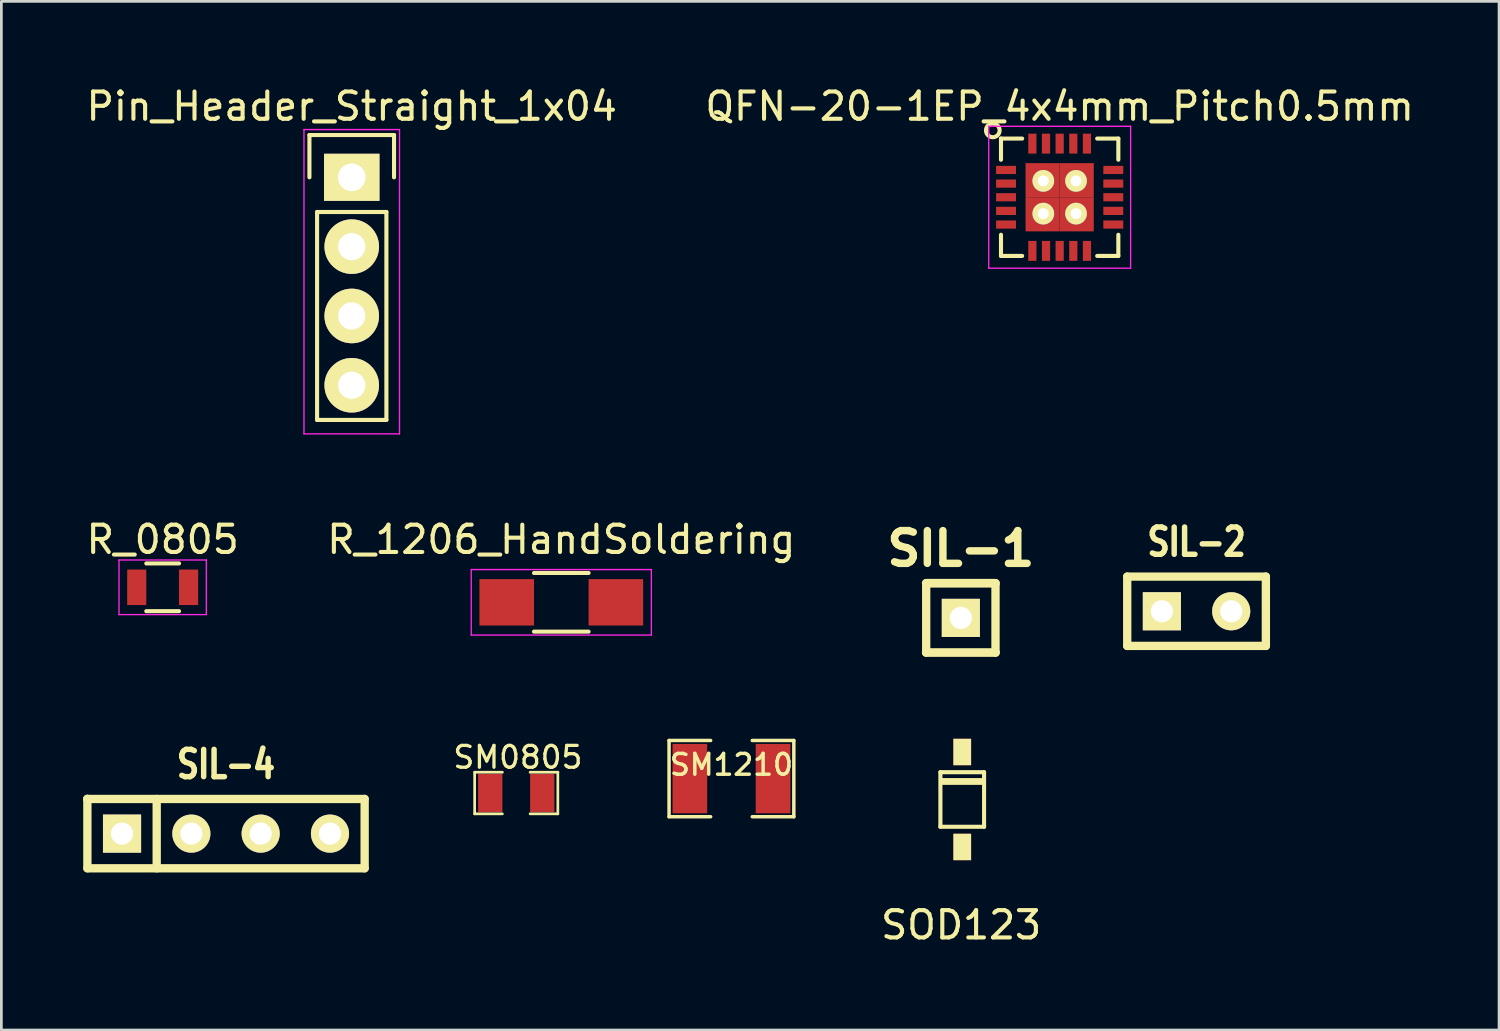
<source format=kicad_pcb>
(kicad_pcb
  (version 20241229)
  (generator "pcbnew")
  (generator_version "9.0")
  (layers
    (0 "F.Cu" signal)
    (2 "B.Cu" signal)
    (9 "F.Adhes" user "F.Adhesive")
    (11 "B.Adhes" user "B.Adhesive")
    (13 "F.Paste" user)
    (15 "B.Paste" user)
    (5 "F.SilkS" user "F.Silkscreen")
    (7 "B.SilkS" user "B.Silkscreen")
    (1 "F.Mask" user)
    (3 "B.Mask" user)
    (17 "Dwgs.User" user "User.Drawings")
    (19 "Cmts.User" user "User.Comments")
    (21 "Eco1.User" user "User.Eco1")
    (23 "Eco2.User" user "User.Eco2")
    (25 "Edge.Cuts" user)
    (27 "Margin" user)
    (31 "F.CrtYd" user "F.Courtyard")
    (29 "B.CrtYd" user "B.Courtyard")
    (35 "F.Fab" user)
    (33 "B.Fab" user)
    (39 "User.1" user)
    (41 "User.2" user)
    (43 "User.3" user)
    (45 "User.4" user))
  (footprint "Pin_Header_Straight_1x04"
    (layer "F.Cu")
    (at 9.839 3.448)
    (property "Reference" "Pin_Header_Straight_1x04" (at 0 -2.6 0) (layer "F.SilkS") (effects (font (size 1 1) (thickness 0.15))))
    (attr through_hole)
    (fp_line (start -1.55 -1.55) (end 1.55 -1.55) (stroke (width 0.15) (type solid)) (layer "F.SilkS"))
    (fp_line (start -1.55 0) (end -1.55 -1.55) (stroke (width 0.15) (type solid)) (layer "F.SilkS"))
    (fp_line (start -1.27 1.27) (end -1.27 8.89) (stroke (width 0.15) (type solid)) (layer "F.SilkS"))
    (fp_line (start -1.27 8.89) (end 1.27 8.89) (stroke (width 0.15) (type solid)) (layer "F.SilkS"))
    (fp_line (start 1.27 1.27) (end -1.27 1.27) (stroke (width 0.15) (type solid)) (layer "F.SilkS"))
    (fp_line (start 1.27 1.27) (end 1.27 8.89) (stroke (width 0.15) (type solid)) (layer "F.SilkS"))
    (fp_line (start 1.55 -1.55) (end 1.55 0) (stroke (width 0.15) (type solid)) (layer "F.SilkS"))
    (fp_line (start -1.75 -1.75) (end -1.75 9.4) (stroke (width 0.05) (type solid)) (layer "F.CrtYd"))
    (fp_line (start -1.75 -1.75) (end 1.75 -1.75) (stroke (width 0.05) (type solid)) (layer "F.CrtYd"))
    (fp_line (start -1.75 9.4) (end 1.75 9.4) (stroke (width 0.05) (type solid)) (layer "F.CrtYd"))
    (fp_line (start 1.75 -1.75) (end 1.75 9.4) (stroke (width 0.05) (type solid)) (layer "F.CrtYd"))
    (pad "1" thru_hole rect (at 0 0) (size 2.032 1.727) (drill 1.016) (layers "*.Cu" "*.Mask" "F.SilkS"))
    (pad "2" thru_hole circle (at 0 2.54) (size 2 2) (drill 1) (layers "*.Cu" "*.Mask" "F.SilkS"))
    (pad "3" thru_hole circle (at 0 5.08) (size 2 2) (drill 1) (layers "*.Cu" "*.Mask" "F.SilkS"))
    (pad "4" thru_hole circle (at 0 7.62) (size 2 2) (drill 1) (layers "*.Cu" "*.Mask" "F.SilkS")))
  (footprint "R_1206_HandSoldering"
    (layer "F.Cu")
    (at 17.518 19.021)
    (property "Reference" "R_1206_HandSoldering" (at 0 -2.3 0) (layer "F.SilkS") (effects (font (size 1 1) (thickness 0.15))))
    (attr smd)
    (fp_line (start -1 -1.075) (end 1 -1.075) (stroke (width 0.15) (type solid)) (layer "F.SilkS"))
    (fp_line (start 1 1.075) (end -1 1.075) (stroke (width 0.15) (type solid)) (layer "F.SilkS"))
    (fp_line (start -3.3 -1.2) (end -3.3 1.2) (stroke (width 0.05) (type solid)) (layer "F.CrtYd"))
    (fp_line (start -3.3 -1.2) (end 3.3 -1.2) (stroke (width 0.05) (type solid)) (layer "F.CrtYd"))
    (fp_line (start -3.3 1.2) (end 3.3 1.2) (stroke (width 0.05) (type solid)) (layer "F.CrtYd"))
    (fp_line (start 3.3 -1.2) (end 3.3 1.2) (stroke (width 0.05) (type solid)) (layer "F.CrtYd"))
    (pad "1" smd rect (at -2 0) (size 2 1.7) (layers "F.Cu" "F.Mask" "F.Paste"))
    (pad "2" smd rect (at 2 0) (size 2 1.7) (layers "F.Cu" "F.Mask" "F.Paste")))
  (footprint "SM0805"
    (layer "F.Cu")
    (at 15.867 26.01)
    (property "Reference" "SM0805" (at 0.06 -1.31 0) (layer "F.SilkS") (effects (font (size 0.8 0.8) (thickness 0.12))))
    (attr smd)
    (fp_line (start -1.524 -0.762) (end -0.508 -0.762) (stroke (width 0.099) (type solid)) (layer "F.SilkS"))
    (fp_line (start -1.524 0.762) (end -1.524 -0.762) (stroke (width 0.099) (type solid)) (layer "F.SilkS"))
    (fp_line (start -0.508 0.762) (end -1.524 0.762) (stroke (width 0.099) (type solid)) (layer "F.SilkS"))
    (fp_line (start 0.508 -0.762) (end 1.524 -0.762) (stroke (width 0.099) (type solid)) (layer "F.SilkS"))
    (fp_line (start 1.524 -0.762) (end 1.524 0.762) (stroke (width 0.099) (type solid)) (layer "F.SilkS"))
    (fp_line (start 1.524 0.762) (end 0.508 0.762) (stroke (width 0.099) (type solid)) (layer "F.SilkS"))
    (pad "1" smd rect (at -0.953 0) (size 0.889 1.397) (layers "F.Cu" "F.Mask" "F.Paste"))
    (pad "2" smd rect (at 0.953 0) (size 0.889 1.397) (layers "F.Cu" "F.Mask" "F.Paste")))
  (footprint "SM1210"
    (layer "F.Cu")
    (at 23.753 25.481)
    (property "Reference" "SM1210" (at 0 -0.508 0) (layer "F.SilkS") (effects (font (size 0.762 0.762) (thickness 0.127))))
    (attr smd)
    (fp_line (start -2.286 -1.397) (end -2.286 1.397) (stroke (width 0.127) (type solid)) (layer "F.SilkS"))
    (fp_line (start -2.286 1.397) (end -0.762 1.397) (stroke (width 0.127) (type solid)) (layer "F.SilkS"))
    (fp_line (start -0.762 -1.397) (end -2.286 -1.397) (stroke (width 0.127) (type solid)) (layer "F.SilkS"))
    (fp_line (start 0.762 1.397) (end 2.286 1.397) (stroke (width 0.127) (type solid)) (layer "F.SilkS"))
    (fp_line (start 2.286 -1.397) (end 0.762 -1.397) (stroke (width 0.127) (type solid)) (layer "F.SilkS"))
    (fp_line (start 2.286 1.397) (end 2.286 -1.397) (stroke (width 0.127) (type solid)) (layer "F.SilkS"))
    (pad "1" smd rect (at -1.524 0) (size 1.27 2.54) (layers "F.Cu" "F.Mask" "F.Paste"))
    (pad "2" smd rect (at 1.524 0) (size 1.27 2.54) (layers "F.Cu" "F.Mask" "F.Paste")))
  (footprint "R_0805"
    (layer "F.Cu")
    (at 2.911 18.471)
    (property "Reference" "R_0805" (at 0 -1.75 0) (layer "F.SilkS") (effects (font (size 1 1) (thickness 0.15))))
    (attr smd)
    (fp_line (start -0.6 -0.875) (end 0.6 -0.875) (stroke (width 0.15) (type solid)) (layer "F.SilkS"))
    (fp_line (start 0.6 0.875) (end -0.6 0.875) (stroke (width 0.15) (type solid)) (layer "F.SilkS"))
    (fp_line (start -1.6 -1) (end -1.6 1) (stroke (width 0.05) (type solid)) (layer "F.CrtYd"))
    (fp_line (start -1.6 -1) (end 1.6 -1) (stroke (width 0.05) (type solid)) (layer "F.CrtYd"))
    (fp_line (start -1.6 1) (end 1.6 1) (stroke (width 0.05) (type solid)) (layer "F.CrtYd"))
    (fp_line (start 1.6 -1) (end 1.6 1) (stroke (width 0.05) (type solid)) (layer "F.CrtYd"))
    (pad "1" smd rect (at -0.95 0) (size 0.7 1.3) (layers "F.Cu" "F.Mask" "F.Paste"))
    (pad "2" smd rect (at 0.95 0) (size 0.7 1.3) (layers "F.Cu" "F.Mask" "F.Paste")))
  (footprint "SIL-1"
    (layer "F.Cu")
    (at 32.159 19.592)
    (property "Reference" "SIL-1" (at 0 -2.54 0) (layer "F.SilkS") (effects (font (size 1.2 1.2) (thickness 0.272))))
    (attr through_hole)
    (fp_line (start -1.27 -1.27) (end 1.27 -1.27) (stroke (width 0.318) (type solid)) (layer "F.SilkS"))
    (fp_line (start -1.27 1.27) (end -1.27 -1.27) (stroke (width 0.305) (type solid)) (layer "F.SilkS"))
    (fp_line (start -1.27 1.27) (end 1.27 1.27) (stroke (width 0.318) (type solid)) (layer "F.SilkS"))
    (fp_line (start 1.27 -1.27) (end 1.27 1.27) (stroke (width 0.305) (type solid)) (layer "F.SilkS"))
    (pad "1" thru_hole rect (at 0 0) (size 1.397 1.397) (drill 0.813) (layers "*.Cu" "*.Mask" "F.SilkS")))
  (footprint "SIL-2"
    (layer "F.Cu")
    (at 40.796 19.349)
    (property "Reference" "SIL-2" (at 0 -2.54 0) (layer "F.SilkS") (effects (font (size 1 0.8) (thickness 0.2))))
    (attr through_hole)
    (fp_line (start -2.54 -1.27) (end 2.54 -1.27) (stroke (width 0.305) (type solid)) (layer "F.SilkS"))
    (fp_line (start -2.54 1.27) (end -2.54 -1.27) (stroke (width 0.305) (type solid)) (layer "F.SilkS"))
    (fp_line (start 2.54 -1.27) (end 2.54 1.27) (stroke (width 0.305) (type solid)) (layer "F.SilkS"))
    (fp_line (start 2.54 1.27) (end -2.54 1.27) (stroke (width 0.305) (type solid)) (layer "F.SilkS"))
    (pad "1" thru_hole rect (at -1.27 0) (size 1.397 1.397) (drill 0.813) (layers "*.Cu" "*.Mask" "F.SilkS"))
    (pad "2" thru_hole circle (at 1.27 0) (size 1.397 1.397) (drill 0.813) (layers "*.Cu" "*.Mask" "F.SilkS")))
  (footprint "SOD123"
    (layer "F.Cu")
    (at 32.21 27.986)
    (property "Reference" "SOD123" (at -0.04 2.86 0) (layer "F.SilkS") (effects (font (size 1 1) (thickness 0.15))))
    (attr through_hole)
    (fp_line (start -0.8 -2.74) (end -0.8 -0.74) (stroke (width 0.15) (type solid)) (layer "F.SilkS"))
    (fp_line (start -0.8 -0.74) (end 0.8 -0.74) (stroke (width 0.15) (type solid)) (layer "F.SilkS"))
    (fp_line (start -0.73 -2.4) (end 0.73 -2.4) (stroke (width 0.25) (type solid)) (layer "F.SilkS"))
    (fp_line (start 0.8 -2.74) (end -0.8 -2.74) (stroke (width 0.15) (type solid)) (layer "F.SilkS"))
    (fp_line (start 0.8 -0.74) (end 0.8 -2.74) (stroke (width 0.15) (type solid)) (layer "F.SilkS"))
    (pad "1" smd rect (at 0 0) (size 0.65 0.97) (layers "F.Cu" "F.Mask" "F.SilkS"))
    (pad "2" smd rect (at 0 -3.48) (size 0.65 0.97) (layers "F.Cu" "F.Mask" "F.SilkS")))
  (footprint "QFN-20-1EP_4x4mm_Pitch0.5mm"
    (layer "F.Cu")
    (at 35.78 4.178)
    (property "Reference" "QFN-20-1EP_4x4mm_Pitch0.5mm" (at 0 -3.33 0) (layer "F.SilkS") (effects (font (size 1 1) (thickness 0.15))))
    (attr smd)
    (fp_line (start -2.15 -2.15) (end -1.375 -2.15) (stroke (width 0.15) (type solid)) (layer "F.SilkS"))
    (fp_line (start -2.15 -1.375) (end -2.15 -2.15) (stroke (width 0.15) (type solid)) (layer "F.SilkS"))
    (fp_line (start -2.15 2.15) (end -2.15 1.375) (stroke (width 0.15) (type solid)) (layer "F.SilkS"))
    (fp_line (start -2.15 2.15) (end -1.375 2.15) (stroke (width 0.15) (type solid)) (layer "F.SilkS"))
    (fp_line (start 2.15 -2.15) (end 1.375 -2.15) (stroke (width 0.15) (type solid)) (layer "F.SilkS"))
    (fp_line (start 2.15 -2.15) (end 2.15 -1.375) (stroke (width 0.15) (type solid)) (layer "F.SilkS"))
    (fp_line (start 2.15 2.15) (end 1.375 2.15) (stroke (width 0.15) (type solid)) (layer "F.SilkS"))
    (fp_line (start 2.15 2.15) (end 2.15 1.375) (stroke (width 0.15) (type solid)) (layer "F.SilkS"))
    (fp_circle (center -2.45 -2.45) (end -2.6 -2.65) (stroke (width 0.15) (type solid)) (fill no) (layer "F.SilkS"))
    (fp_line (start -2.6 -2.6) (end -2.6 2.6) (stroke (width 0.05) (type solid)) (layer "F.CrtYd"))
    (fp_line (start -2.6 -2.6) (end 2.6 -2.6) (stroke (width 0.05) (type solid)) (layer "F.CrtYd"))
    (fp_line (start -2.6 2.6) (end 2.6 2.6) (stroke (width 0.05) (type solid)) (layer "F.CrtYd"))
    (fp_line (start 2.6 -2.6) (end 2.6 2.6) (stroke (width 0.05) (type solid)) (layer "F.CrtYd"))
    (pad "1" smd rect (at -1.965 -1) (size 0.73 0.3) (layers "F.Cu" "F.Mask" "F.Paste"))
    (pad "2" smd rect (at -1.965 -0.5) (size 0.73 0.3) (layers "F.Cu" "F.Mask" "F.Paste"))
    (pad "3" smd rect (at -1.965 0) (size 0.73 0.3) (layers "F.Cu" "F.Mask" "F.Paste"))
    (pad "4" smd rect (at -1.965 0.5) (size 0.73 0.3) (layers "F.Cu" "F.Mask" "F.Paste"))
    (pad "5" smd rect (at -1.965 1) (size 0.73 0.3) (layers "F.Cu" "F.Mask" "F.Paste"))
    (pad "6" smd rect (at -1 1.965 90) (size 0.73 0.3) (layers "F.Cu" "F.Mask" "F.Paste"))
    (pad "7" smd rect (at -0.5 1.965 90) (size 0.73 0.3) (layers "F.Cu" "F.Mask" "F.Paste"))
    (pad "8" smd rect (at 0 1.965 90) (size 0.73 0.3) (layers "F.Cu" "F.Mask" "F.Paste"))
    (pad "9" smd rect (at 0.5 1.965 90) (size 0.73 0.3) (layers "F.Cu" "F.Mask" "F.Paste"))
    (pad "10" smd rect (at 1 1.965 90) (size 0.73 0.3) (layers "F.Cu" "F.Mask" "F.Paste"))
    (pad "11" smd rect (at 1.965 1) (size 0.73 0.3) (layers "F.Cu" "F.Mask" "F.Paste"))
    (pad "12" smd rect (at 1.965 0.5) (size 0.73 0.3) (layers "F.Cu" "F.Mask" "F.Paste"))
    (pad "13" smd rect (at 1.965 0) (size 0.73 0.3) (layers "F.Cu" "F.Mask" "F.Paste"))
    (pad "14" smd rect (at 1.965 -0.5) (size 0.73 0.3) (layers "F.Cu" "F.Mask" "F.Paste"))
    (pad "15" smd rect (at 1.965 -1) (size 0.73 0.3) (layers "F.Cu" "F.Mask" "F.Paste"))
    (pad "16" smd rect (at 1 -1.965 90) (size 0.73 0.3) (layers "F.Cu" "F.Mask" "F.Paste"))
    (pad "17" smd rect (at 0.5 -1.965 90) (size 0.73 0.3) (layers "F.Cu" "F.Mask" "F.Paste"))
    (pad "18" smd rect (at 0 -1.965 90) (size 0.73 0.3) (layers "F.Cu" "F.Mask" "F.Paste"))
    (pad "19" smd rect (at -0.5 -1.965 90) (size 0.73 0.3) (layers "F.Cu" "F.Mask" "F.Paste"))
    (pad "20" smd rect (at -1 -1.965 90) (size 0.73 0.3) (layers "F.Cu" "F.Mask" "F.Paste"))
    (pad "21" smd rect (at -0.625 -0.625) (size 1.25 1.25) (layers "F.Cu" "F.Mask" "F.Paste"))
    (pad "21" smd rect (at -0.625 0.625) (size 1.25 1.25) (layers "F.Cu" "F.Mask" "F.Paste"))
    (pad "21" thru_hole circle (at -0.6 -0.6) (size 0.8 0.8) (drill 0.4) (layers "*.Cu" "*.Mask" "F.SilkS"))
    (pad "21" thru_hole circle (at -0.6 0.6) (size 0.8 0.8) (drill 0.4) (layers "*.Cu" "*.Mask" "F.SilkS"))
    (pad "21" thru_hole circle (at 0.6 -0.6) (size 0.8 0.8) (drill 0.4) (layers "*.Cu" "*.Mask" "F.SilkS"))
    (pad "21" thru_hole circle (at 0.6 0.6) (size 0.8 0.8) (drill 0.4) (layers "*.Cu" "*.Mask" "F.SilkS"))
    (pad "21" smd rect (at 0.625 -0.625) (size 1.25 1.25) (layers "F.Cu" "F.Mask" "F.Paste"))
    (pad "21" smd rect (at 0.625 0.625) (size 1.25 1.25) (layers "F.Cu" "F.Mask" "F.Paste")))
  (footprint "SIL-4"
    (layer "F.Cu")
    (at 5.232 27.497)
    (property "Reference" "SIL-4" (at 0 -2.54 0) (layer "F.SilkS") (effects (font (size 1 0.8) (thickness 0.2))))
    (attr through_hole)
    (fp_line (start -5.08 -1.27) (end -5.08 -1.27) (stroke (width 0.305) (type solid)) (layer "F.SilkS"))
    (fp_line (start -5.08 -1.27) (end -5.08 -1.27) (stroke (width 0.305) (type solid)) (layer "F.SilkS"))
    (fp_line (start -5.08 -1.27) (end 5.08 -1.27) (stroke (width 0.305) (type solid)) (layer "F.SilkS"))
    (fp_line (start -5.08 1.27) (end -5.08 -1.27) (stroke (width 0.305) (type solid)) (layer "F.SilkS"))
    (fp_line (start -2.54 1.27) (end -2.54 -1.27) (stroke (width 0.305) (type solid)) (layer "F.SilkS"))
    (fp_line (start 5.08 -1.27) (end 5.08 1.27) (stroke (width 0.305) (type solid)) (layer "F.SilkS"))
    (fp_line (start 5.08 1.27) (end -5.08 1.27) (stroke (width 0.305) (type solid)) (layer "F.SilkS"))
    (pad "1" thru_hole rect (at -3.81 0) (size 1.397 1.397) (drill 0.813) (layers "*.Cu" "*.Mask" "F.SilkS"))
    (pad "2" thru_hole circle (at -1.27 0) (size 1.397 1.397) (drill 0.813) (layers "*.Cu" "*.Mask" "F.SilkS"))
    (pad "3" thru_hole circle (at 1.27 0) (size 1.397 1.397) (drill 0.813) (layers "*.Cu" "*.Mask" "F.SilkS"))
    (pad "4" thru_hole circle (at 3.81 0) (size 1.397 1.397) (drill 0.813) (layers "*.Cu" "*.Mask" "F.SilkS")))
  (gr_rect
    (start -3 -3)
    (end 51.881 34.694)
    (stroke (width 0.1) (type default))
    (fill no)
    (layer "Edge.Cuts")))
</source>
